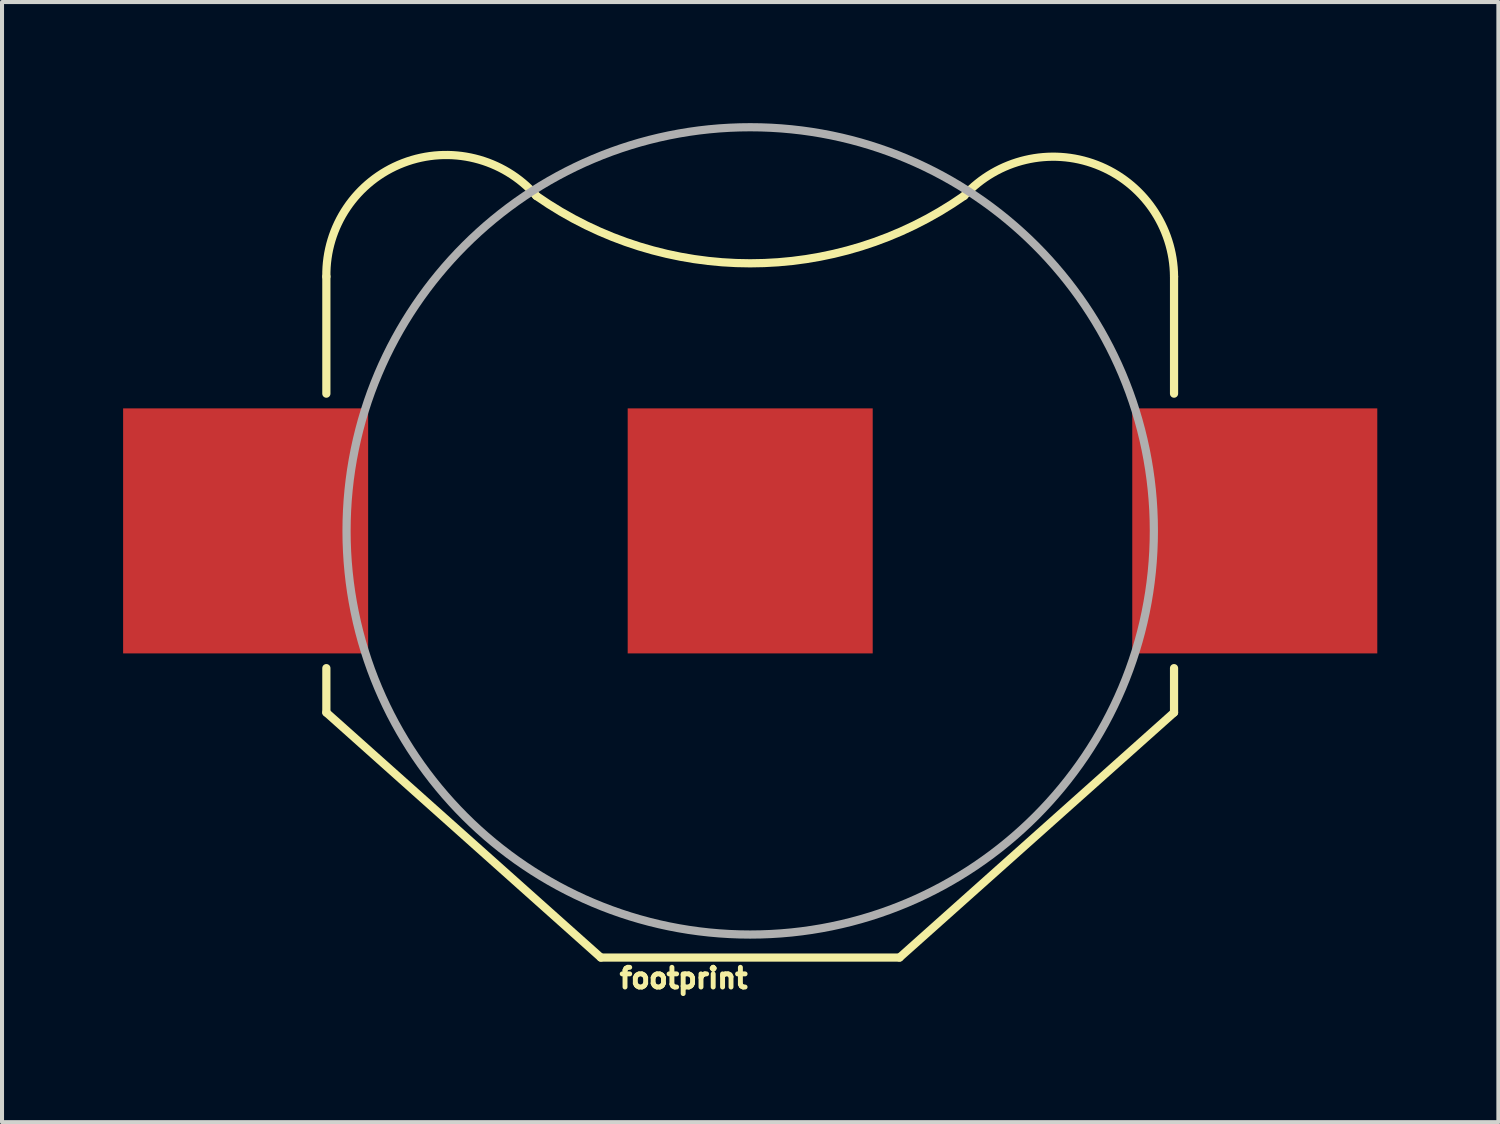
<source format=kicad_pcb>
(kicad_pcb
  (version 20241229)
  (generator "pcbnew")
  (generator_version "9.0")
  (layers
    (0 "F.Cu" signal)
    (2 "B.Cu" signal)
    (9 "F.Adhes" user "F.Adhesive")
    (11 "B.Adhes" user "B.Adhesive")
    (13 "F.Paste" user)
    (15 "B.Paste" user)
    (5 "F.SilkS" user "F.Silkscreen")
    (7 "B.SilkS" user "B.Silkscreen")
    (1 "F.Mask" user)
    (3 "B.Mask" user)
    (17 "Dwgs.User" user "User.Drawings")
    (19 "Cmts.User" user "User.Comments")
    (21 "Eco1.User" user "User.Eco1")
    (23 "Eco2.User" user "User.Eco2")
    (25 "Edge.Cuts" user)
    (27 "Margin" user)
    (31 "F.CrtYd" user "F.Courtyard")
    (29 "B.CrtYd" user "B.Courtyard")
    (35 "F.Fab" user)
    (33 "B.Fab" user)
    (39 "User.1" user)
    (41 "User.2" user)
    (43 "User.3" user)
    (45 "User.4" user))
  (footprint "footprint"
    (layer "F.Cu")
    (at 15.535 10.102)
    (property "Reference" "footprint" (at 0 10.795 0) (layer "F.SilkS") (effects (font (size 0.488 0.488) (thickness 0.122)) (justify right top)))
    (fp_line (start -10.5 -6.3) (end -10.5 -3.4) (stroke (width 0.203) (type solid)) (layer "F.SilkS"))
    (fp_line (start -10.5 4.5) (end -10.5 3.4) (stroke (width 0.203) (type solid)) (layer "F.SilkS"))
    (fp_line (start -3.7 10.57) (end -10.5 4.5) (stroke (width 0.203) (type solid)) (layer "F.SilkS"))
    (fp_line (start -3.7 10.57) (end 3.7 10.57) (stroke (width 0.203) (type solid)) (layer "F.SilkS"))
    (fp_line (start 3.7 10.57) (end 10.5 4.5) (stroke (width 0.203) (type solid)) (layer "F.SilkS"))
    (fp_line (start 10.5 -6.3) (end 10.5 -3.4) (stroke (width 0.203) (type solid)) (layer "F.SilkS"))
    (fp_line (start 10.5 4.5) (end 10.5 3.4) (stroke (width 0.203) (type solid)) (layer "F.SilkS"))
    (fp_arc (start -10.5 -6.3) (mid -8.597839 -9.114383) (end -5.299999 -8.299998) (stroke (width 0.2032) (type solid)) (layer "F.SilkS"))
    (fp_arc (start 5.299998 -8.300001) (mid 8.580867 -9.070258) (end 10.5 -6.3) (stroke (width 0.2032) (type solid)) (layer "F.SilkS"))
    (fp_arc (start 5.3 -8.3) (mid 0 -6.628919) (end -5.3 -8.3) (stroke (width 0.2032) (type solid)) (layer "F.SilkS"))
    (fp_circle (center 0 0) (end 10 0) (stroke (width 0.203) (type solid)) (fill no) (layer "F.Fab"))
    (pad "1" smd rect (at -12.5 0) (size 6.07 6.07) (layers "F.Cu" "F.Mask" "F.Paste"))
    (pad "2" smd rect (at 0 0) (size 6.07 6.07) (layers "F.Cu" "F.Mask" "F.Paste"))
    (pad "3" smd rect (at 12.5 0) (size 6.07 6.07) (layers "F.Cu" "F.Mask" "F.Paste")))
  (gr_rect
    (start -3 -3)
    (end 34.07 24.75)
    (stroke (width 0.1) (type default))
    (fill no)
    (layer "Edge.Cuts")))
</source>
